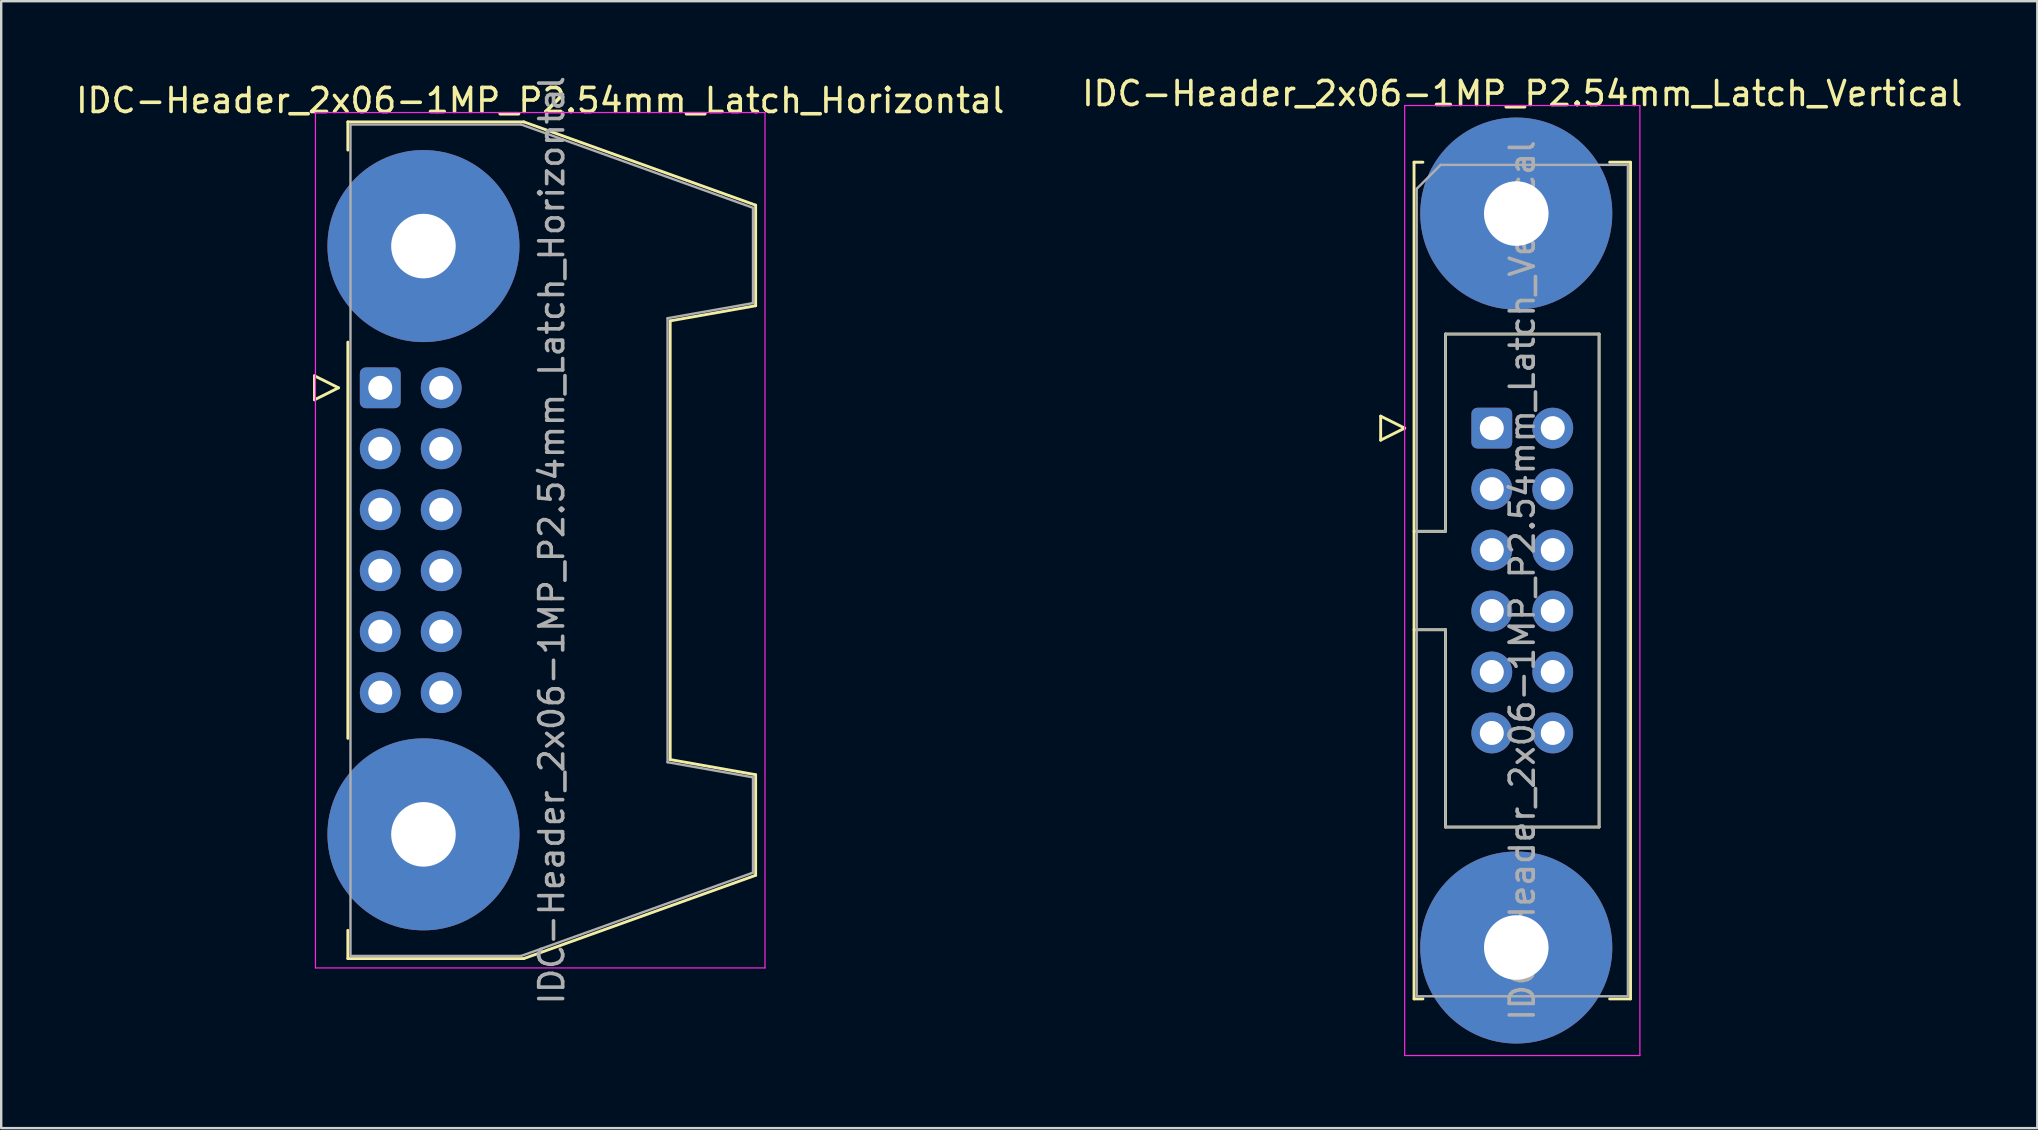
<source format=kicad_pcb>
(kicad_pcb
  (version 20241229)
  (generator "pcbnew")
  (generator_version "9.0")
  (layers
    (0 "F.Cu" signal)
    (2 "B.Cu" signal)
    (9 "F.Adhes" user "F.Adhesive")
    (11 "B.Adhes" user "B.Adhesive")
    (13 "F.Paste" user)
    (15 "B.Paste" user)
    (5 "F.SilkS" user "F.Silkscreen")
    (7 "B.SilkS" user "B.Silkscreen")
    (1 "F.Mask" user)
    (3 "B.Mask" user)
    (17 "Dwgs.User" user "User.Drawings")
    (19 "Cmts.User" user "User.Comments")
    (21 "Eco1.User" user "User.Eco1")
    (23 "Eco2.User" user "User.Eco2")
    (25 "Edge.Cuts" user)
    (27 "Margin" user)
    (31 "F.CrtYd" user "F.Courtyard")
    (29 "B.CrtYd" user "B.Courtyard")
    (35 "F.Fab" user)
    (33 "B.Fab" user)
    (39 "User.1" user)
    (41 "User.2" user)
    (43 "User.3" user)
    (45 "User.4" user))
  (footprint "IDC-Header_2x06-1MP_P2.54mm_Latch_Horizontal"
    (layer "F.Cu")
    (at 12.793 13.108)
    (property "Reference" "IDC-Header_2x06-1MP_P2.54mm_Latch_Horizontal" (at 6.665 -11.97 0) (layer "F.SilkS") (effects (font (size 1 1) (thickness 0.15))))
    (attr through_hole)
    (fp_line (start -2.74 -0.5) (end -2.74 0.5) (stroke (width 0.12) (type solid)) (layer "F.SilkS"))
    (fp_line (start -2.74 0.5) (end -1.74 0) (stroke (width 0.12) (type solid)) (layer "F.SilkS"))
    (fp_line (start -1.74 0) (end -2.74 -0.5) (stroke (width 0.12) (type solid)) (layer "F.SilkS"))
    (fp_line (start -1.35 -11.08) (end -1.35 -9.905) (stroke (width 0.12) (type solid)) (layer "F.SilkS"))
    (fp_line (start -1.35 -11.08) (end 5.98 -11.08) (stroke (width 0.12) (type solid)) (layer "F.SilkS"))
    (fp_line (start -1.35 -1.905) (end -1.35 14.605) (stroke (width 0.12) (type solid)) (layer "F.SilkS"))
    (fp_line (start -1.35 22.605) (end -1.35 23.78) (stroke (width 0.12) (type solid)) (layer "F.SilkS"))
    (fp_line (start 5.98 -11.08) (end 15.64 -7.61) (stroke (width 0.12) (type solid)) (layer "F.SilkS"))
    (fp_line (start 5.98 23.78) (end -1.35 23.78) (stroke (width 0.12) (type solid)) (layer "F.SilkS"))
    (fp_line (start 12.08 -2.79) (end 12.08 15.49) (stroke (width 0.12) (type solid)) (layer "F.SilkS"))
    (fp_line (start 12.08 15.49) (end 15.64 16.12) (stroke (width 0.12) (type solid)) (layer "F.SilkS"))
    (fp_line (start 15.64 -7.61) (end 15.64 -3.42) (stroke (width 0.12) (type solid)) (layer "F.SilkS"))
    (fp_line (start 15.64 -3.42) (end 12.08 -2.79) (stroke (width 0.12) (type solid)) (layer "F.SilkS"))
    (fp_line (start 15.64 16.12) (end 15.64 20.31) (stroke (width 0.12) (type solid)) (layer "F.SilkS"))
    (fp_line (start 15.64 20.31) (end 5.98 23.78) (stroke (width 0.12) (type solid)) (layer "F.SilkS"))
    (fp_line (start -2.7 -11.47) (end -2.7 24.17) (stroke (width 0.05) (type solid)) (layer "F.CrtYd"))
    (fp_line (start -2.7 24.17) (end 16.03 24.17) (stroke (width 0.05) (type solid)) (layer "F.CrtYd"))
    (fp_line (start 16.03 -11.47) (end -2.7 -11.47) (stroke (width 0.05) (type solid)) (layer "F.CrtYd"))
    (fp_line (start 16.03 24.17) (end 16.03 -11.47) (stroke (width 0.05) (type solid)) (layer "F.CrtYd"))
    (fp_line (start -1.24 -10.97) (end 5.87 -10.97) (stroke (width 0.1) (type solid)) (layer "F.Fab"))
    (fp_line (start -1.24 23.67) (end -1.24 -10.97) (stroke (width 0.1) (type solid)) (layer "F.Fab"))
    (fp_line (start 5.87 -10.97) (end 15.53 -7.5) (stroke (width 0.1) (type solid)) (layer "F.Fab"))
    (fp_line (start 5.87 23.67) (end -1.24 23.67) (stroke (width 0.1) (type solid)) (layer "F.Fab"))
    (fp_line (start 11.97 -2.9) (end 11.97 15.6) (stroke (width 0.1) (type solid)) (layer "F.Fab"))
    (fp_line (start 11.97 15.6) (end 15.53 16.23) (stroke (width 0.1) (type solid)) (layer "F.Fab"))
    (fp_line (start 15.53 -7.5) (end 15.53 -3.53) (stroke (width 0.1) (type solid)) (layer "F.Fab"))
    (fp_line (start 15.53 -3.53) (end 11.97 -2.9) (stroke (width 0.1) (type solid)) (layer "F.Fab"))
    (fp_line (start 15.53 16.23) (end 15.53 20.2) (stroke (width 0.1) (type solid)) (layer "F.Fab"))
    (fp_line (start 15.53 20.2) (end 5.87 23.67) (stroke (width 0.1) (type solid)) (layer "F.Fab"))
    (fp_text user "${REFERENCE}" (at 7.145 6.35 90) (layer "F.Fab") (effects (font (size 1 1) (thickness 0.15))))
    (pad "1" thru_hole roundrect (at 0 0) (size 1.7 1.7) (drill 1) (layers "*.Cu" "*.Mask") (roundrect_rratio 0.147))
    (pad "2" thru_hole circle (at 2.54 0) (size 1.7 1.7) (drill 1) (layers "*.Cu" "*.Mask"))
    (pad "3" thru_hole circle (at 0 2.54) (size 1.7 1.7) (drill 1) (layers "*.Cu" "*.Mask"))
    (pad "4" thru_hole circle (at 2.54 2.54) (size 1.7 1.7) (drill 1) (layers "*.Cu" "*.Mask"))
    (pad "5" thru_hole circle (at 0 5.08) (size 1.7 1.7) (drill 1) (layers "*.Cu" "*.Mask"))
    (pad "6" thru_hole circle (at 2.54 5.08) (size 1.7 1.7) (drill 1) (layers "*.Cu" "*.Mask"))
    (pad "7" thru_hole circle (at 0 7.62) (size 1.7 1.7) (drill 1) (layers "*.Cu" "*.Mask"))
    (pad "8" thru_hole circle (at 2.54 7.62) (size 1.7 1.7) (drill 1) (layers "*.Cu" "*.Mask"))
    (pad "9" thru_hole circle (at 0 10.16) (size 1.7 1.7) (drill 1) (layers "*.Cu" "*.Mask"))
    (pad "10" thru_hole circle (at 2.54 10.16) (size 1.7 1.7) (drill 1) (layers "*.Cu" "*.Mask"))
    (pad "11" thru_hole circle (at 0 12.7) (size 1.7 1.7) (drill 1) (layers "*.Cu" "*.Mask"))
    (pad "12" thru_hole circle (at 2.54 12.7) (size 1.7 1.7) (drill 1) (layers "*.Cu" "*.Mask"))
    (pad "MP" thru_hole circle (at 1.8 -5.905) (size 8 8) (drill 2.69) (layers "*.Cu" "*.Mask"))
    (pad "MP" thru_hole circle (at 1.8 18.605) (size 8 8) (drill 2.69) (layers "*.Cu" "*.Mask")))
  (footprint "IDC-Header_2x06-1MP_P2.54mm_Latch_Vertical"
    (layer "F.Cu")
    (at 59.105 14.788)
    (property "Reference" "IDC-Header_2x06-1MP_P2.54mm_Latch_Vertical" (at 1.27 -13.94 0) (layer "F.SilkS") (effects (font (size 1 1) (thickness 0.15))))
    (attr through_hole)
    (fp_line (start -4.63 -0.5) (end -4.63 0.5) (stroke (width 0.12) (type solid)) (layer "F.SilkS"))
    (fp_line (start -4.63 0.5) (end -3.63 0) (stroke (width 0.12) (type solid)) (layer "F.SilkS"))
    (fp_line (start -3.63 0) (end -4.63 -0.5) (stroke (width 0.12) (type solid)) (layer "F.SilkS"))
    (fp_line (start -3.24 -11.08) (end -3.24 23.78) (stroke (width 0.12) (type solid)) (layer "F.SilkS"))
    (fp_line (start -3.24 4.3) (end -1.93 4.3) (stroke (width 0.12) (type solid)) (layer "F.SilkS"))
    (fp_line (start -3.24 23.78) (end -2.87 23.78) (stroke (width 0.12) (type solid)) (layer "F.SilkS"))
    (fp_line (start -2.87 -11.08) (end -3.24 -11.08) (stroke (width 0.12) (type solid)) (layer "F.SilkS"))
    (fp_line (start -1.93 -3.92) (end 4.47 -3.92) (stroke (width 0.12) (type solid)) (layer "F.SilkS"))
    (fp_line (start -1.93 4.3) (end -1.93 -3.92) (stroke (width 0.12) (type solid)) (layer "F.SilkS"))
    (fp_line (start -1.93 8.4) (end -3.24 8.4) (stroke (width 0.12) (type solid)) (layer "F.SilkS"))
    (fp_line (start -1.93 8.4) (end -1.93 8.4) (stroke (width 0.12) (type solid)) (layer "F.SilkS"))
    (fp_line (start -1.93 16.62) (end -1.93 8.4) (stroke (width 0.12) (type solid)) (layer "F.SilkS"))
    (fp_line (start 4.47 -3.92) (end 4.47 16.62) (stroke (width 0.12) (type solid)) (layer "F.SilkS"))
    (fp_line (start 4.47 16.62) (end -1.93 16.62) (stroke (width 0.12) (type solid)) (layer "F.SilkS"))
    (fp_line (start 4.91 -11.08) (end 5.78 -11.08) (stroke (width 0.12) (type solid)) (layer "F.SilkS"))
    (fp_line (start 5.78 -11.08) (end 5.78 23.78) (stroke (width 0.12) (type solid)) (layer "F.SilkS"))
    (fp_line (start 5.78 23.78) (end 4.91 23.78) (stroke (width 0.12) (type solid)) (layer "F.SilkS"))
    (fp_line (start -3.63 -13.44) (end -3.63 26.14) (stroke (width 0.05) (type solid)) (layer "F.CrtYd"))
    (fp_line (start -3.63 26.14) (end 6.17 26.14) (stroke (width 0.05) (type solid)) (layer "F.CrtYd"))
    (fp_line (start 6.17 -13.44) (end -3.63 -13.44) (stroke (width 0.05) (type solid)) (layer "F.CrtYd"))
    (fp_line (start 6.17 26.14) (end 6.17 -13.44) (stroke (width 0.05) (type solid)) (layer "F.CrtYd"))
    (fp_line (start -3.13 -9.97) (end -2.13 -10.97) (stroke (width 0.1) (type solid)) (layer "F.Fab"))
    (fp_line (start -3.13 4.3) (end -1.93 4.3) (stroke (width 0.1) (type solid)) (layer "F.Fab"))
    (fp_line (start -3.13 23.67) (end -3.13 -9.97) (stroke (width 0.1) (type solid)) (layer "F.Fab"))
    (fp_line (start -2.13 -10.97) (end 5.67 -10.97) (stroke (width 0.1) (type solid)) (layer "F.Fab"))
    (fp_line (start -1.93 -3.92) (end 4.47 -3.92) (stroke (width 0.1) (type solid)) (layer "F.Fab"))
    (fp_line (start -1.93 4.3) (end -1.93 -3.92) (stroke (width 0.1) (type solid)) (layer "F.Fab"))
    (fp_line (start -1.93 8.4) (end -3.13 8.4) (stroke (width 0.1) (type solid)) (layer "F.Fab"))
    (fp_line (start -1.93 8.4) (end -1.93 8.4) (stroke (width 0.1) (type solid)) (layer "F.Fab"))
    (fp_line (start -1.93 16.62) (end -1.93 8.4) (stroke (width 0.1) (type solid)) (layer "F.Fab"))
    (fp_line (start 4.47 -3.92) (end 4.47 16.62) (stroke (width 0.1) (type solid)) (layer "F.Fab"))
    (fp_line (start 4.47 16.62) (end -1.93 16.62) (stroke (width 0.1) (type solid)) (layer "F.Fab"))
    (fp_line (start 5.67 -10.97) (end 5.67 23.67) (stroke (width 0.1) (type solid)) (layer "F.Fab"))
    (fp_line (start 5.67 23.67) (end -3.13 23.67) (stroke (width 0.1) (type solid)) (layer "F.Fab"))
    (fp_text user "${REFERENCE}" (at 1.27 6.35 90) (layer "F.Fab") (effects (font (size 1 1) (thickness 0.15))))
    (pad "1" thru_hole roundrect (at 0 0) (size 1.7 1.7) (drill 1) (layers "*.Cu" "*.Mask") (roundrect_rratio 0.147))
    (pad "2" thru_hole circle (at 2.54 0) (size 1.7 1.7) (drill 1) (layers "*.Cu" "*.Mask"))
    (pad "3" thru_hole circle (at 0 2.54) (size 1.7 1.7) (drill 1) (layers "*.Cu" "*.Mask"))
    (pad "4" thru_hole circle (at 2.54 2.54) (size 1.7 1.7) (drill 1) (layers "*.Cu" "*.Mask"))
    (pad "5" thru_hole circle (at 0 5.08) (size 1.7 1.7) (drill 1) (layers "*.Cu" "*.Mask"))
    (pad "6" thru_hole circle (at 2.54 5.08) (size 1.7 1.7) (drill 1) (layers "*.Cu" "*.Mask"))
    (pad "7" thru_hole circle (at 0 7.62) (size 1.7 1.7) (drill 1) (layers "*.Cu" "*.Mask"))
    (pad "8" thru_hole circle (at 2.54 7.62) (size 1.7 1.7) (drill 1) (layers "*.Cu" "*.Mask"))
    (pad "9" thru_hole circle (at 0 10.16) (size 1.7 1.7) (drill 1) (layers "*.Cu" "*.Mask"))
    (pad "10" thru_hole circle (at 2.54 10.16) (size 1.7 1.7) (drill 1) (layers "*.Cu" "*.Mask"))
    (pad "11" thru_hole circle (at 0 12.7) (size 1.7 1.7) (drill 1) (layers "*.Cu" "*.Mask"))
    (pad "12" thru_hole circle (at 2.54 12.7) (size 1.7 1.7) (drill 1) (layers "*.Cu" "*.Mask"))
    (pad "MP" thru_hole circle (at 1.02 -8.94) (size 8 8) (drill 2.69) (layers "*.Cu" "*.Mask"))
    (pad "MP" thru_hole circle (at 1.02 21.64) (size 8 8) (drill 2.69) (layers "*.Cu" "*.Mask")))
  (gr_rect
    (start -3 -3)
    (end 81.833 43.953)
    (stroke (width 0.1) (type default))
    (fill no)
    (layer "Edge.Cuts")))
</source>
